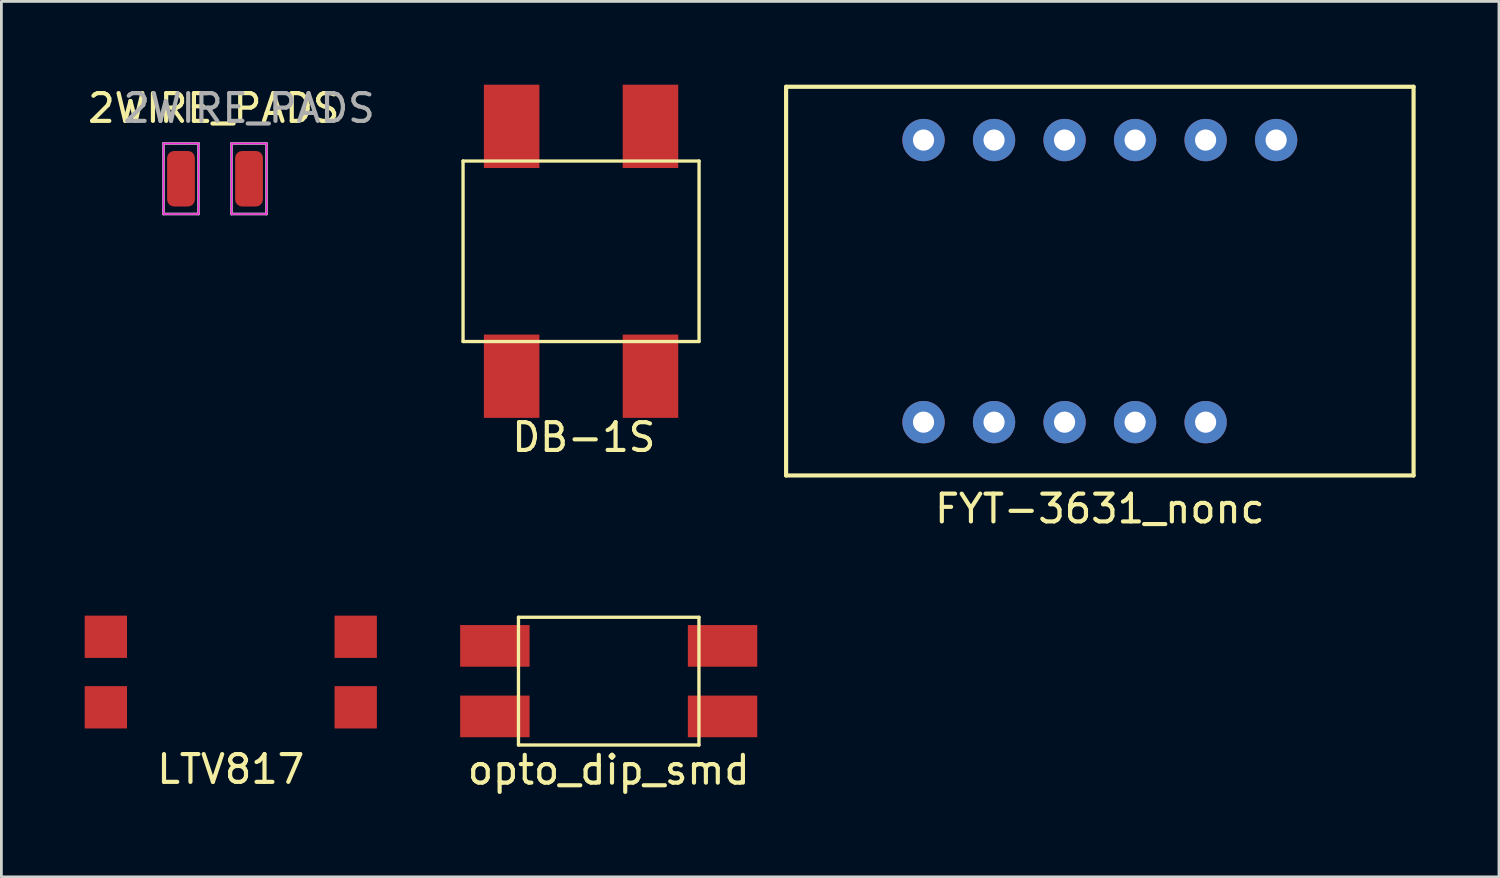
<source format=kicad_pcb>
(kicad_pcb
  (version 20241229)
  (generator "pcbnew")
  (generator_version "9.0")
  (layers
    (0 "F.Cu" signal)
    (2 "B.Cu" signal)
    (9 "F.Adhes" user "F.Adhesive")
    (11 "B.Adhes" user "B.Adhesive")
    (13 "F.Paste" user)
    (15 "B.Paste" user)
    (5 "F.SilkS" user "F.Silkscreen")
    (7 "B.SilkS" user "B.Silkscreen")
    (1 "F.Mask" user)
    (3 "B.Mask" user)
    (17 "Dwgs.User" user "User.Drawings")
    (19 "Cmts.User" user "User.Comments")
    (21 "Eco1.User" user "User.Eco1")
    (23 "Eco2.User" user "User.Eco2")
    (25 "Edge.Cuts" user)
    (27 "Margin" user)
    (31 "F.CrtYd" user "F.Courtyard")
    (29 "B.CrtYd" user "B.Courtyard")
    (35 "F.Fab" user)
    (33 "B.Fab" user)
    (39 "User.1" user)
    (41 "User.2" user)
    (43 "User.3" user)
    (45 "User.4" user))
  (footprint "opto_dip_smd"
    (layer "F.Cu")
    (at 18.874 21.483)
    (property "Reference" "opto_dip_smd" (at 0 3.2 0) (layer "F.SilkS") (effects (font (size 1 1) (thickness 0.15))))
    (attr through_hole)
    (fp_line (start -3.25 -2.3) (end 3.25 -2.3) (stroke (width 0.12) (type solid)) (layer "F.SilkS"))
    (fp_line (start -3.25 2.3) (end -3.25 -2.3) (stroke (width 0.12) (type solid)) (layer "F.SilkS"))
    (fp_line (start 3.25 -2.3) (end 3.25 2.3) (stroke (width 0.12) (type solid)) (layer "F.SilkS"))
    (fp_line (start 3.25 2.3) (end -3.25 2.3) (stroke (width 0.12) (type solid)) (layer "F.SilkS"))
    (pad "1" smd rect (at -4.1 -1.27) (size 2.5 1.5) (layers "F.Cu" "F.Mask" "F.Paste"))
    (pad "2" smd rect (at -4.1 1.27) (size 2.5 1.5) (layers "F.Cu" "F.Mask" "F.Paste"))
    (pad "3" smd rect (at 4.1 1.27) (size 2.5 1.5) (layers "F.Cu" "F.Mask" "F.Paste"))
    (pad "4" smd rect (at 4.1 -1.27) (size 2.5 1.5) (layers "F.Cu" "F.Mask" "F.Paste")))
  (footprint "LTV817"
    (layer "F.Cu")
    (at 5.262 21.155)
    (property "Reference" "LTV817" (at 0 3.5 0) (layer "F.SilkS") (effects (font (size 1 1) (thickness 0.15))))
    (attr through_hole)
    (pad "1" smd rect (at -4.5 -1.27) (size 1.524 1.524) (layers "F.Cu" "F.Mask" "F.Paste"))
    (pad "2" smd rect (at -4.5 1.27) (size 1.524 1.524) (layers "F.Cu" "F.Mask" "F.Paste"))
    (pad "3" smd rect (at 4.5 -1.27) (size 1.524 1.524) (layers "F.Cu" "F.Mask" "F.Paste"))
    (pad "4" smd rect (at 4.5 1.27) (size 1.524 1.524) (layers "F.Cu" "F.Mask" "F.Paste")))
  (footprint "FYT-3631_nonc"
    (layer "F.Cu")
    (at 36.563 7.075)
    (property "Reference" "FYT-3631_nonc" (at 0 8.2 0) (layer "F.SilkS") (effects (font (size 1 1) (thickness 0.15))))
    (attr through_hole)
    (fp_line (start -11.3 -7) (end -11.3 7) (stroke (width 0.15) (type solid)) (layer "F.SilkS"))
    (fp_line (start -11.3 7) (end 11.3 7) (stroke (width 0.15) (type solid)) (layer "F.SilkS"))
    (fp_line (start 11.3 -7) (end -11.3 -7) (stroke (width 0.15) (type solid)) (layer "F.SilkS"))
    (fp_line (start 11.3 7) (end 11.3 -7) (stroke (width 0.15) (type solid)) (layer "F.SilkS"))
    (pad "1" thru_hole circle (at -6.35 5.08) (size 1.524 1.524) (drill 0.762) (layers "*.Cu" "*.Mask"))
    (pad "2" thru_hole circle (at -3.81 5.08) (size 1.524 1.524) (drill 0.762) (layers "*.Cu" "*.Mask"))
    (pad "3" thru_hole circle (at -1.27 5.08) (size 1.524 1.524) (drill 0.762) (layers "*.Cu" "*.Mask"))
    (pad "4" thru_hole circle (at 1.27 5.08) (size 1.524 1.524) (drill 0.762) (layers "*.Cu" "*.Mask"))
    (pad "5" thru_hole circle (at 3.81 5.08) (size 1.524 1.524) (drill 0.762) (layers "*.Cu" "*.Mask"))
    (pad "7" thru_hole circle (at 6.35 -5.08) (size 1.524 1.524) (drill 0.762) (layers "*.Cu" "*.Mask"))
    (pad "8" thru_hole circle (at 3.81 -5.08) (size 1.524 1.524) (drill 0.762) (layers "*.Cu" "*.Mask"))
    (pad "9" thru_hole circle (at 1.27 -5.08) (size 1.524 1.524) (drill 0.762) (layers "*.Cu" "*.Mask"))
    (pad "10" thru_hole circle (at -1.27 -5.08) (size 1.524 1.524) (drill 0.762) (layers "*.Cu" "*.Mask"))
    (pad "11" thru_hole circle (at -3.81 -5.08) (size 1.524 1.524) (drill 0.762) (layers "*.Cu" "*.Mask"))
    (pad "12" thru_hole circle (at -6.35 -5.08) (size 1.524 1.524) (drill 0.762) (layers "*.Cu" "*.Mask")))
  (footprint "DB-1S"
    (layer "F.Cu")
    (at 17.878 6)
    (property "Reference" "DB-1S" (at 0.1 6.7 0) (layer "F.SilkS") (effects (font (size 1 1) (thickness 0.15))))
    (attr through_hole)
    (fp_line (start -4.25 -3.25) (end -4.25 3.25) (stroke (width 0.12) (type solid)) (layer "F.SilkS"))
    (fp_line (start -4.25 3.25) (end 4.25 3.25) (stroke (width 0.12) (type solid)) (layer "F.SilkS"))
    (fp_line (start 4.25 -3.25) (end -4.25 -3.25) (stroke (width 0.12) (type solid)) (layer "F.SilkS"))
    (fp_line (start 4.25 3.25) (end 4.25 -3.25) (stroke (width 0.12) (type solid)) (layer "F.SilkS"))
    (pad "1" smd rect (at -2.5 4.5) (size 2 3) (layers "F.Cu" "F.Mask" "F.Paste"))
    (pad "2" smd rect (at 2.5 4.5) (size 2 3) (layers "F.Cu" "F.Mask" "F.Paste"))
    (pad "3" smd rect (at 2.5 -4.5) (size 2 3) (layers "F.Cu" "F.Mask" "F.Paste"))
    (pad "4" smd rect (at -2.5 -4.5) (size 2 3) (layers "F.Cu" "F.Mask" "F.Paste")))
  (footprint "2WIRE_PADS"
    (layer "F.Cu")
    (at 4.649 3.388)
    (property "Reference" "2WIRE_PADS" (at 0 -2.54 0) (layer "F.SilkS") (effects (font (size 1 1) (thickness 0.15))))
    (attr exclude_from_pos_files exclude_from_bom)
    (fp_line (start -1.81 -1.27) (end -1.81 1.27) (stroke (width 0.05) (type solid)) (layer "F.CrtYd"))
    (fp_line (start -1.81 1.27) (end -0.55 1.27) (stroke (width 0.05) (type solid)) (layer "F.CrtYd"))
    (fp_line (start -0.55 -1.27) (end -1.81 -1.27) (stroke (width 0.05) (type solid)) (layer "F.CrtYd"))
    (fp_line (start -0.55 1.27) (end -0.55 -1.27) (stroke (width 0.05) (type solid)) (layer "F.CrtYd"))
    (fp_line (start 0.64 -1.27) (end 0.64 1.27) (stroke (width 0.05) (type solid)) (layer "F.CrtYd"))
    (fp_line (start 0.64 1.27) (end 1.9 1.27) (stroke (width 0.05) (type solid)) (layer "F.CrtYd"))
    (fp_line (start 1.9 -1.27) (end 0.64 -1.27) (stroke (width 0.05) (type solid)) (layer "F.CrtYd"))
    (fp_line (start 1.9 1.27) (end 1.9 -1.27) (stroke (width 0.05) (type solid)) (layer "F.CrtYd"))
    (fp_line (start -1.81 -1.27) (end -0.55 -1.27) (stroke (width 0.1) (type solid)) (layer "F.Fab"))
    (fp_line (start -1.81 1.27) (end -1.81 -1.27) (stroke (width 0.1) (type solid)) (layer "F.Fab"))
    (fp_line (start -0.55 -1.27) (end -0.55 1.27) (stroke (width 0.1) (type solid)) (layer "F.Fab"))
    (fp_line (start -0.55 1.27) (end -1.81 1.27) (stroke (width 0.1) (type solid)) (layer "F.Fab"))
    (fp_line (start 0.64 -1.27) (end 1.9 -1.27) (stroke (width 0.1) (type solid)) (layer "F.Fab"))
    (fp_line (start 0.64 1.27) (end 0.64 -1.27) (stroke (width 0.1) (type solid)) (layer "F.Fab"))
    (fp_line (start 1.9 -1.27) (end 1.9 1.27) (stroke (width 0.1) (type solid)) (layer "F.Fab"))
    (fp_line (start 1.9 1.27) (end 0.64 1.27) (stroke (width 0.1) (type solid)) (layer "F.Fab"))
    (fp_text user "${REFERENCE}" (at 1.27 -2.54 0) (layer "F.Fab") (effects (font (size 1 1) (thickness 0.15))))
    (pad "1" smd roundrect (at -1.18 0) (size 1 2) (layers "F.Cu" "F.Mask" "F.Paste") (roundrect_rratio 0.25))
    (pad "2" smd roundrect (at 1.27 0) (size 1 2) (layers "F.Cu" "F.Mask" "F.Paste") (roundrect_rratio 0.25)))
  (gr_rect
    (start -3 -3)
    (end 50.938 28.532)
    (stroke (width 0.1) (type default))
    (fill no)
    (layer "Edge.Cuts")))
</source>
